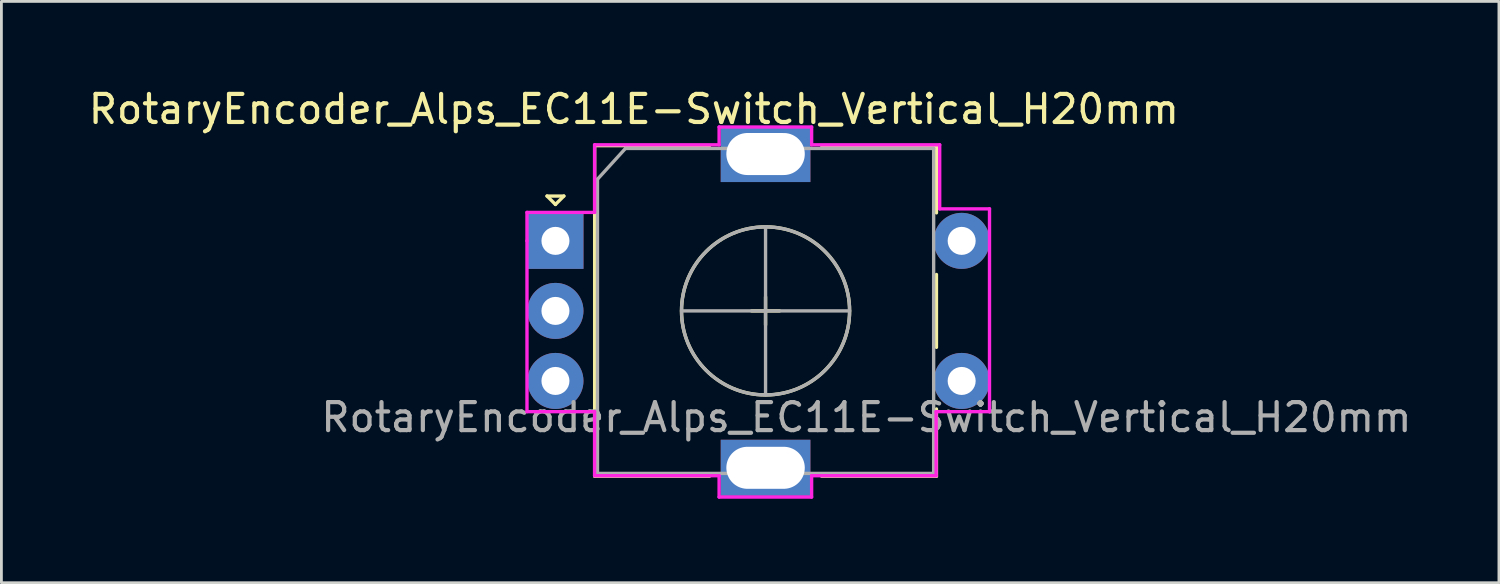
<source format=kicad_pcb>
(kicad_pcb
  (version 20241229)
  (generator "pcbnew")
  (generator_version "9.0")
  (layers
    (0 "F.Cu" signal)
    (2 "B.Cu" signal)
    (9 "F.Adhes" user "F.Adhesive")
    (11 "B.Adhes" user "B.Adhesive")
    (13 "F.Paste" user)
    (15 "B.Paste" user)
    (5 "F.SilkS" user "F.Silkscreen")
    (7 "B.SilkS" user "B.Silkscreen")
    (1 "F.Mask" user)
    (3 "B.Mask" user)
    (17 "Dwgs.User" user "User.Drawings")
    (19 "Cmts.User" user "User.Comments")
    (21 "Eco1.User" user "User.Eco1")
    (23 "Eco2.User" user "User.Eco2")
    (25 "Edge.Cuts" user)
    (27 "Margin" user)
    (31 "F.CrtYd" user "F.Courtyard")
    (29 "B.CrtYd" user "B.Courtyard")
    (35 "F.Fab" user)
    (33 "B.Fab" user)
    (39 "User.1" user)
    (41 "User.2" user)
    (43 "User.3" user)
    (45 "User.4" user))
  (footprint "RotaryEncoder_Alps_EC11E-Switch_Vertical_H20mm"
    (layer "F.Cu")
    (at 16.777 5.548)
    (property "Reference" "RotaryEncoder_Alps_EC11E-Switch_Vertical_H20mm" (at 2.8 -4.7 0) (layer "F.SilkS") (effects (font (size 1 1) (thickness 0.15))))
    (attr through_hole)
    (fp_line (start -0.3 -1.6) (end 0.3 -1.6) (stroke (width 0.12) (type solid)) (layer "F.SilkS"))
    (fp_line (start 0 -1.3) (end -0.3 -1.6) (stroke (width 0.12) (type solid)) (layer "F.SilkS"))
    (fp_line (start 0.3 -1.6) (end 0 -1.3) (stroke (width 0.12) (type solid)) (layer "F.SilkS"))
    (fp_line (start 1.4 -3.4) (end 1.4 8.4) (stroke (width 0.12) (type solid)) (layer "F.SilkS"))
    (fp_line (start 5.5 -3.4) (end 1.4 -3.4) (stroke (width 0.12) (type solid)) (layer "F.SilkS"))
    (fp_line (start 5.5 8.4) (end 1.4 8.4) (stroke (width 0.12) (type solid)) (layer "F.SilkS"))
    (fp_line (start 7 2.5) (end 8 2.5) (stroke (width 0.12) (type solid)) (layer "F.SilkS"))
    (fp_line (start 7.5 2) (end 7.5 3) (stroke (width 0.12) (type solid)) (layer "F.SilkS"))
    (fp_line (start 9.5 -3.4) (end 13.6 -3.4) (stroke (width 0.12) (type solid)) (layer "F.SilkS"))
    (fp_line (start 13.6 -3.4) (end 13.6 -1) (stroke (width 0.12) (type solid)) (layer "F.SilkS"))
    (fp_line (start 13.6 1.2) (end 13.6 3.8) (stroke (width 0.12) (type solid)) (layer "F.SilkS"))
    (fp_line (start 13.6 6) (end 13.6 8.4) (stroke (width 0.12) (type solid)) (layer "F.SilkS"))
    (fp_line (start 13.6 8.4) (end 9.5 8.4) (stroke (width 0.12) (type solid)) (layer "F.SilkS"))
    (fp_circle (center 7.5 2.5) (end 10.5 2.5) (stroke (width 0.12) (type solid)) (fill no) (layer "F.SilkS"))
    (fp_line (start -1.016 -1.016) (end 1.397 -1.016) (stroke (width 0.12) (type solid)) (layer "F.CrtYd"))
    (fp_line (start -1.016 0) (end -1.016 -1.016) (stroke (width 0.12) (type solid)) (layer "F.CrtYd"))
    (fp_line (start -1.016 6.096) (end -1.016 0) (stroke (width 0.12) (type solid)) (layer "F.CrtYd"))
    (fp_line (start 1.397 -3.429) (end 5.842 -3.429) (stroke (width 0.12) (type solid)) (layer "F.CrtYd"))
    (fp_line (start 1.397 -1.016) (end 1.397 -3.429) (stroke (width 0.12) (type solid)) (layer "F.CrtYd"))
    (fp_line (start 1.397 6.096) (end -1.016 6.096) (stroke (width 0.12) (type solid)) (layer "F.CrtYd"))
    (fp_line (start 1.397 8.382) (end 1.397 6.096) (stroke (width 0.12) (type solid)) (layer "F.CrtYd"))
    (fp_line (start 5.842 -4.064) (end 9.144 -4.064) (stroke (width 0.12) (type solid)) (layer "F.CrtYd"))
    (fp_line (start 5.842 -3.429) (end 5.842 -4.064) (stroke (width 0.12) (type solid)) (layer "F.CrtYd"))
    (fp_line (start 5.842 8.382) (end 1.397 8.382) (stroke (width 0.12) (type solid)) (layer "F.CrtYd"))
    (fp_line (start 5.842 9.144) (end 5.842 8.382) (stroke (width 0.12) (type solid)) (layer "F.CrtYd"))
    (fp_line (start 9.144 -4.064) (end 9.144 -3.429) (stroke (width 0.12) (type solid)) (layer "F.CrtYd"))
    (fp_line (start 9.144 -3.429) (end 13.716 -3.429) (stroke (width 0.12) (type solid)) (layer "F.CrtYd"))
    (fp_line (start 9.144 8.382) (end 9.144 9.144) (stroke (width 0.12) (type solid)) (layer "F.CrtYd"))
    (fp_line (start 9.144 9.144) (end 5.842 9.144) (stroke (width 0.12) (type solid)) (layer "F.CrtYd"))
    (fp_line (start 13.589 6.096) (end 13.589 8.382) (stroke (width 0.12) (type solid)) (layer "F.CrtYd"))
    (fp_line (start 13.589 8.382) (end 9.144 8.382) (stroke (width 0.12) (type solid)) (layer "F.CrtYd"))
    (fp_line (start 13.716 -3.429) (end 13.716 -1.143) (stroke (width 0.12) (type solid)) (layer "F.CrtYd"))
    (fp_line (start 13.716 -1.143) (end 15.494 -1.143) (stroke (width 0.12) (type solid)) (layer "F.CrtYd"))
    (fp_line (start 15.494 -1.143) (end 15.494 6.096) (stroke (width 0.12) (type solid)) (layer "F.CrtYd"))
    (fp_line (start 15.494 6.096) (end 13.589 6.096) (stroke (width 0.12) (type solid)) (layer "F.CrtYd"))
    (fp_line (start 1.5 -2.2) (end 2.5 -3.3) (stroke (width 0.12) (type solid)) (layer "F.Fab"))
    (fp_line (start 1.5 8.3) (end 1.5 -2.2) (stroke (width 0.12) (type solid)) (layer "F.Fab"))
    (fp_line (start 2.5 -3.3) (end 13.5 -3.3) (stroke (width 0.12) (type solid)) (layer "F.Fab"))
    (fp_line (start 4.5 2.5) (end 10.5 2.5) (stroke (width 0.12) (type solid)) (layer "F.Fab"))
    (fp_line (start 7.5 -0.5) (end 7.5 5.5) (stroke (width 0.12) (type solid)) (layer "F.Fab"))
    (fp_line (start 13.5 -3.3) (end 13.5 8.3) (stroke (width 0.12) (type solid)) (layer "F.Fab"))
    (fp_line (start 13.5 8.3) (end 1.5 8.3) (stroke (width 0.12) (type solid)) (layer "F.Fab"))
    (fp_circle (center 7.5 2.5) (end 10.5 2.5) (stroke (width 0.12) (type solid)) (fill no) (layer "F.Fab"))
    (fp_text user "${REFERENCE}" (at 11.1 6.3 0) (layer "F.Fab") (effects (font (size 1 1) (thickness 0.15))))
    (pad "A" thru_hole rect (at 0 0) (size 2 2) (drill 1) (layers "*.Cu" "*.Mask"))
    (pad "B" thru_hole circle (at 0 5) (size 2 2) (drill 1) (layers "*.Cu" "*.Mask"))
    (pad "C" thru_hole circle (at 0 2.5) (size 2 2) (drill 1) (layers "*.Cu" "*.Mask"))
    (pad "MP" thru_hole rect (at 7.5 -3.1) (size 3.2 2) (drill oval 2.8 1.5) (layers "*.Cu" "*.Mask"))
    (pad "MP" thru_hole rect (at 7.5 8.1) (size 3.2 2) (drill oval 2.8 1.5) (layers "*.Cu" "*.Mask"))
    (pad "S1" thru_hole circle (at 14.5 5) (size 2 2) (drill 1) (layers "*.Cu" "*.Mask"))
    (pad "S2" thru_hole circle (at 14.5 0) (size 2 2) (drill 1) (layers "*.Cu" "*.Mask")))
  (gr_rect
    (start -3 -3)
    (end 50.455 17.752)
    (stroke (width 0.1) (type default))
    (fill no)
    (layer "Edge.Cuts")))
</source>
